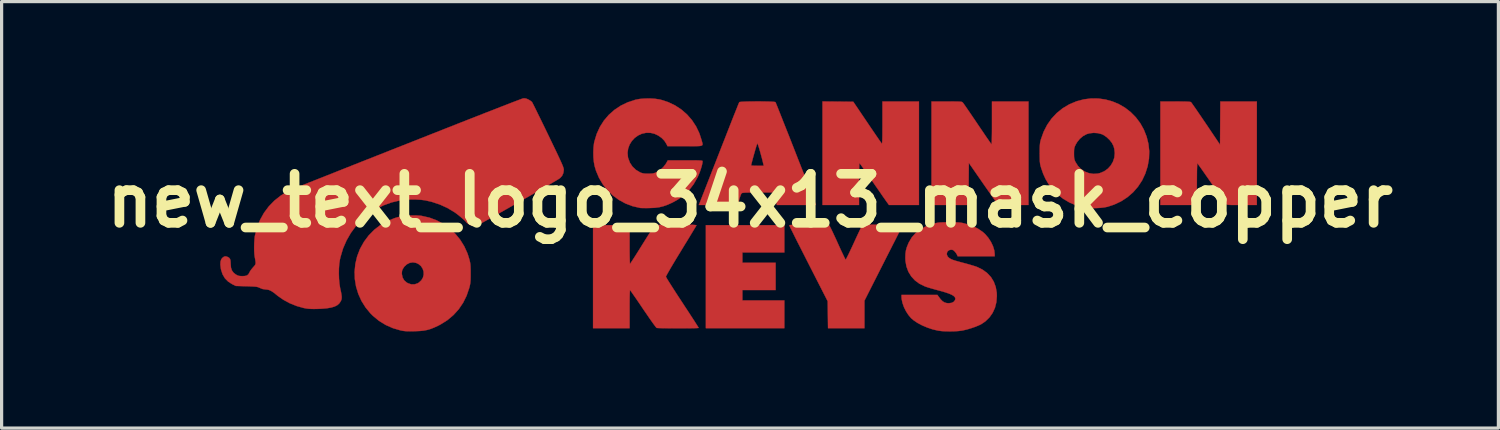
<source format=kicad_pcb>
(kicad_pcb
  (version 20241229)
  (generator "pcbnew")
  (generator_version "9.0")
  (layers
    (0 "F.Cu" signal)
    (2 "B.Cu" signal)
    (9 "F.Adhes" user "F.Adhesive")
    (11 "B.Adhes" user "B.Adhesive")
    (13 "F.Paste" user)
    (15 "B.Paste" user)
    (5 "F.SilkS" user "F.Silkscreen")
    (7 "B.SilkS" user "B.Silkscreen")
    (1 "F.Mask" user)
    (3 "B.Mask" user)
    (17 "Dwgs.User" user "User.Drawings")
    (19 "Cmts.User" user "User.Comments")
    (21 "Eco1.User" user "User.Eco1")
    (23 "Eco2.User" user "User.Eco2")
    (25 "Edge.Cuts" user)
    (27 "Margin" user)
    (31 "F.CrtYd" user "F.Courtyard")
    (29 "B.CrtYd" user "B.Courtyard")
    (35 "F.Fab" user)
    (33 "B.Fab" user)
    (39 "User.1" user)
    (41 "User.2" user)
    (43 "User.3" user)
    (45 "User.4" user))
  (footprint "new_text_logo_34x13_mask_copper"
    (layer "F.Cu")
    (at 20.255 3.185)
    (property "Reference" "new_text_logo_34x13_mask_copper" (at 0 0 0) (layer "F.SilkS") (effects (font (size 1.524 1.524) (thickness 0.3))))
    (attr through_hole)
    (fp_poly (pts (xy 1.067 1.609) (xy -0.237 1.609) (xy -0.237 1.93) (xy 0.796 1.93) (xy 0.796 2.777) (xy -0.237 2.777) (xy -0.237 3.099) (xy 1.067 3.099) (xy 1.067 3.962) (xy -1.372 3.962) (xy -1.372 0.762) (xy 1.067 0.762) (xy 1.067 1.609)) (stroke (width 0.01) (type solid)) (fill yes) (layer "F.Cu"))
    (fp_poly (pts (xy 2.731 -3.078) (xy 3.209 -3.073) (xy 3.641 -2.434) (xy 3.73 -2.302) (xy 3.814 -2.179) (xy 3.89 -2.067) (xy 3.958 -1.968) (xy 4.014 -1.887) (xy 4.057 -1.826) (xy 4.084 -1.787) (xy 4.094 -1.775) (xy 4.099 -1.775) (xy 4.104 -1.791) (xy 4.107 -1.824) (xy 4.11 -1.877) (xy 4.112 -1.952) (xy 4.114 -2.053) (xy 4.114 -2.181) (xy 4.115 -2.339) (xy 4.115 -2.418) (xy 4.115 -3.082) (xy 5.249 -3.082) (xy 5.249 0.135) (xy 4.318 0.135) (xy 4.246 0.036) (xy 4.22 -0.001) (xy 4.178 -0.061) (xy 4.121 -0.142) (xy 4.054 -0.24) (xy 3.977 -0.351) (xy 3.894 -0.47) (xy 3.807 -0.596) (xy 3.793 -0.616) (xy 3.709 -0.737) (xy 3.631 -0.849) (xy 3.561 -0.949) (xy 3.5 -1.033) (xy 3.452 -1.1) (xy 3.419 -1.145) (xy 3.401 -1.167) (xy 3.399 -1.168) (xy 3.397 -1.152) (xy 3.394 -1.105) (xy 3.392 -1.032) (xy 3.39 -0.936) (xy 3.388 -0.821) (xy 3.387 -0.69) (xy 3.387 -0.548) (xy 3.387 -0.516) (xy 3.387 0.135) (xy 2.252 0.135) (xy 2.252 -3.082) (xy 2.731 -3.078)) (stroke (width 0.01) (type solid)) (fill yes) (layer "F.Cu"))
    (fp_poly (pts (xy 13.362 -3.081) (xy 13.48 -3.08) (xy 13.57 -3.078) (xy 13.635 -3.074) (xy 13.677 -3.069) (xy 13.699 -3.063) (xy 13.702 -3.061) (xy 13.717 -3.043) (xy 13.748 -2.999) (xy 13.794 -2.934) (xy 13.853 -2.849) (xy 13.923 -2.747) (xy 14.002 -2.632) (xy 14.088 -2.505) (xy 14.167 -2.389) (xy 14.605 -1.738) (xy 14.614 -3.082) (xy 15.748 -3.082) (xy 15.748 0.135) (xy 15.285 0.135) (xy 15.148 0.135) (xy 15.041 0.135) (xy 14.959 0.134) (xy 14.9 0.132) (xy 14.858 0.129) (xy 14.83 0.124) (xy 14.811 0.117) (xy 14.799 0.108) (xy 14.788 0.097) (xy 14.771 0.076) (xy 14.738 0.029) (xy 14.689 -0.039) (xy 14.628 -0.126) (xy 14.556 -0.228) (xy 14.476 -0.343) (xy 14.389 -0.468) (xy 14.335 -0.546) (xy 14.247 -0.673) (xy 14.164 -0.792) (xy 14.089 -0.899) (xy 14.024 -0.992) (xy 13.97 -1.067) (xy 13.93 -1.122) (xy 13.907 -1.154) (xy 13.901 -1.161) (xy 13.897 -1.147) (xy 13.894 -1.102) (xy 13.891 -1.028) (xy 13.888 -0.929) (xy 13.887 -0.807) (xy 13.886 -0.665) (xy 13.885 -0.517) (xy 13.885 0.135) (xy 12.751 0.135) (xy 12.751 -3.082) (xy 13.213 -3.082) (xy 13.362 -3.081)) (stroke (width 0.01) (type solid)) (fill yes) (layer "F.Cu"))
    (fp_poly (pts (xy 6.248 -3.082) (xy 6.357 -3.081) (xy 6.44 -3.08) (xy 6.501 -3.078) (xy 6.543 -3.075) (xy 6.572 -3.071) (xy 6.591 -3.064) (xy 6.604 -3.056) (xy 6.615 -3.044) (xy 6.615 -3.044) (xy 6.632 -3.022) (xy 6.665 -2.975) (xy 6.713 -2.906) (xy 6.773 -2.819) (xy 6.844 -2.715) (xy 6.923 -2.599) (xy 7.009 -2.473) (xy 7.069 -2.383) (xy 7.157 -2.253) (xy 7.239 -2.133) (xy 7.313 -2.023) (xy 7.378 -1.928) (xy 7.432 -1.851) (xy 7.472 -1.794) (xy 7.496 -1.76) (xy 7.503 -1.751) (xy 7.507 -1.766) (xy 7.51 -1.811) (xy 7.513 -1.884) (xy 7.515 -1.981) (xy 7.517 -2.101) (xy 7.518 -2.239) (xy 7.518 -2.393) (xy 7.518 -2.412) (xy 7.518 -3.082) (xy 8.653 -3.082) (xy 8.653 0.135) (xy 8.188 0.135) (xy 8.047 0.135) (xy 7.936 0.134) (xy 7.851 0.133) (xy 7.789 0.13) (xy 7.746 0.126) (xy 7.719 0.12) (xy 7.703 0.113) (xy 7.699 0.11) (xy 7.684 0.092) (xy 7.652 0.048) (xy 7.605 -0.018) (xy 7.545 -0.103) (xy 7.474 -0.204) (xy 7.394 -0.318) (xy 7.307 -0.442) (xy 7.236 -0.544) (xy 6.799 -1.174) (xy 6.794 -0.519) (xy 6.79 0.135) (xy 5.639 0.135) (xy 5.639 -3.082) (xy 6.11 -3.082) (xy 6.248 -3.082)) (stroke (width 0.01) (type solid)) (fill yes) (layer "F.Cu"))
    (fp_poly (pts (xy 1.913 0.744) (xy 2.036 0.745) (xy 2.151 0.747) (xy 2.255 0.75) (xy 2.342 0.753) (xy 2.408 0.758) (xy 2.449 0.763) (xy 2.46 0.766) (xy 2.473 0.786) (xy 2.498 0.834) (xy 2.533 0.904) (xy 2.577 0.995) (xy 2.626 1.101) (xy 2.681 1.219) (xy 2.721 1.309) (xy 2.777 1.432) (xy 2.829 1.546) (xy 2.876 1.645) (xy 2.915 1.727) (xy 2.945 1.787) (xy 2.965 1.823) (xy 2.972 1.832) (xy 2.983 1.817) (xy 3.006 1.775) (xy 3.039 1.71) (xy 3.081 1.624) (xy 3.13 1.521) (xy 3.184 1.406) (xy 3.228 1.31) (xy 3.285 1.186) (xy 3.339 1.07) (xy 3.387 0.968) (xy 3.427 0.883) (xy 3.459 0.818) (xy 3.48 0.778) (xy 3.487 0.766) (xy 3.5 0.76) (xy 3.531 0.756) (xy 3.58 0.752) (xy 3.652 0.749) (xy 3.748 0.747) (xy 3.871 0.746) (xy 4.025 0.745) (xy 4.125 0.745) (xy 4.286 0.745) (xy 4.416 0.745) (xy 4.519 0.746) (xy 4.598 0.748) (xy 4.655 0.75) (xy 4.694 0.752) (xy 4.718 0.756) (xy 4.731 0.762) (xy 4.735 0.768) (xy 4.734 0.775) (xy 4.724 0.797) (xy 4.701 0.845) (xy 4.666 0.916) (xy 4.62 1.008) (xy 4.565 1.117) (xy 4.504 1.239) (xy 4.436 1.371) (xy 4.401 1.44) (xy 4.318 1.603) (xy 4.228 1.78) (xy 4.135 1.964) (xy 4.042 2.147) (xy 3.954 2.321) (xy 3.874 2.479) (xy 3.817 2.591) (xy 3.556 3.107) (xy 3.556 3.962) (xy 2.424 3.962) (xy 2.413 3.124) (xy 1.816 1.955) (xy 1.722 1.769) (xy 1.632 1.592) (xy 1.548 1.426) (xy 1.47 1.274) (xy 1.401 1.136) (xy 1.342 1.017) (xy 1.293 0.918) (xy 1.255 0.842) (xy 1.23 0.79) (xy 1.22 0.766) (xy 1.219 0.765) (xy 1.235 0.759) (xy 1.281 0.755) (xy 1.351 0.751) (xy 1.441 0.748) (xy 1.547 0.745) (xy 1.664 0.744) (xy 1.788 0.743) (xy 1.913 0.744)) (stroke (width 0.01) (type solid)) (fill yes) (layer "F.Cu"))
    (fp_poly (pts (xy -10.239 0.468) (xy -10.198 0.474) (xy -9.96 0.528) (xy -9.734 0.613) (xy -9.524 0.726) (xy -9.331 0.865) (xy -9.158 1.028) (xy -9.007 1.213) (xy -8.88 1.417) (xy -8.779 1.639) (xy -8.725 1.81) (xy -8.708 1.875) (xy -8.696 1.933) (xy -8.688 1.992) (xy -8.684 2.059) (xy -8.681 2.144) (xy -8.681 2.253) (xy -8.681 2.261) (xy -8.681 2.372) (xy -8.683 2.457) (xy -8.688 2.526) (xy -8.695 2.585) (xy -8.707 2.642) (xy -8.723 2.707) (xy -8.725 2.713) (xy -8.806 2.952) (xy -8.915 3.172) (xy -9.051 3.373) (xy -9.214 3.553) (xy -9.401 3.711) (xy -9.612 3.844) (xy -9.694 3.887) (xy -9.818 3.944) (xy -9.927 3.987) (xy -10.032 4.017) (xy -10.141 4.038) (xy -10.264 4.05) (xy -10.41 4.056) (xy -10.431 4.057) (xy -10.548 4.059) (xy -10.639 4.058) (xy -10.713 4.054) (xy -10.778 4.046) (xy -10.843 4.034) (xy -10.854 4.032) (xy -11.094 3.962) (xy -11.319 3.863) (xy -11.527 3.736) (xy -11.715 3.581) (xy -11.791 3.506) (xy -11.947 3.317) (xy -12.074 3.113) (xy -12.172 2.896) (xy -12.241 2.67) (xy -12.279 2.437) (xy -12.285 2.241) (xy -10.819 2.241) (xy -10.817 2.288) (xy -10.795 2.391) (xy -10.745 2.477) (xy -10.666 2.545) (xy -10.628 2.566) (xy -10.527 2.6) (xy -10.426 2.601) (xy -10.329 2.569) (xy -10.288 2.544) (xy -10.211 2.472) (xy -10.162 2.388) (xy -10.14 2.296) (xy -10.143 2.202) (xy -10.172 2.113) (xy -10.224 2.033) (xy -10.3 1.969) (xy -10.378 1.933) (xy -10.476 1.917) (xy -10.572 1.932) (xy -10.661 1.976) (xy -10.738 2.045) (xy -10.789 2.122) (xy -10.812 2.179) (xy -10.819 2.241) (xy -12.285 2.241) (xy -12.286 2.201) (xy -12.263 1.965) (xy -12.208 1.732) (xy -12.121 1.505) (xy -12.115 1.493) (xy -11.995 1.277) (xy -11.849 1.081) (xy -11.679 0.908) (xy -11.489 0.76) (xy -11.279 0.639) (xy -11.053 0.546) (xy -10.956 0.516) (xy -10.829 0.489) (xy -10.682 0.47) (xy -10.526 0.46) (xy -10.375 0.459) (xy -10.239 0.468)) (stroke (width 0.01) (type solid)) (fill yes) (layer "F.Cu"))
    (fp_poly (pts (xy 10.823 -3.174) (xy 11.044 -3.143) (xy 11.258 -3.084) (xy 11.462 -2.999) (xy 11.654 -2.887) (xy 11.83 -2.75) (xy 11.989 -2.589) (xy 12.127 -2.405) (xy 12.236 -2.21) (xy 12.324 -1.989) (xy 12.38 -1.763) (xy 12.405 -1.535) (xy 12.397 -1.309) (xy 12.397 -1.308) (xy 12.355 -1.067) (xy 12.282 -0.839) (xy 12.182 -0.627) (xy 12.054 -0.433) (xy 11.902 -0.259) (xy 11.726 -0.107) (xy 11.529 0.021) (xy 11.312 0.123) (xy 11.111 0.189) (xy 11.012 0.209) (xy 10.89 0.223) (xy 10.755 0.231) (xy 10.619 0.232) (xy 10.492 0.226) (xy 10.385 0.213) (xy 10.378 0.212) (xy 10.15 0.152) (xy 9.933 0.061) (xy 9.731 -0.058) (xy 9.547 -0.204) (xy 9.384 -0.373) (xy 9.274 -0.521) (xy 9.183 -0.673) (xy 9.109 -0.836) (xy 9.048 -1.011) (xy 9.031 -1.068) (xy 9.019 -1.117) (xy 9.011 -1.167) (xy 9.005 -1.224) (xy 9.003 -1.296) (xy 9.001 -1.39) (xy 9.001 -1.465) (xy 9.001 -1.465) (xy 10.067 -1.465) (xy 10.068 -1.383) (xy 10.072 -1.324) (xy 10.082 -1.277) (xy 10.098 -1.233) (xy 10.113 -1.201) (xy 10.191 -1.078) (xy 10.29 -0.978) (xy 10.407 -0.902) (xy 10.535 -0.853) (xy 10.672 -0.832) (xy 10.811 -0.842) (xy 10.872 -0.857) (xy 11.004 -0.912) (xy 11.117 -0.992) (xy 11.209 -1.093) (xy 11.277 -1.209) (xy 11.32 -1.338) (xy 11.334 -1.475) (xy 11.319 -1.614) (xy 11.293 -1.702) (xy 11.244 -1.797) (xy 11.17 -1.89) (xy 11.081 -1.974) (xy 10.985 -2.04) (xy 10.93 -2.066) (xy 10.809 -2.098) (xy 10.677 -2.107) (xy 10.548 -2.093) (xy 10.461 -2.068) (xy 10.35 -2.008) (xy 10.248 -1.922) (xy 10.163 -1.817) (xy 10.122 -1.747) (xy 10.096 -1.692) (xy 10.08 -1.647) (xy 10.071 -1.6) (xy 10.068 -1.541) (xy 10.067 -1.465) (xy 9.001 -1.465) (xy 9.001 -1.579) (xy 9.003 -1.667) (xy 9.007 -1.735) (xy 9.013 -1.791) (xy 9.022 -1.841) (xy 9.036 -1.893) (xy 9.039 -1.903) (xy 9.123 -2.14) (xy 9.234 -2.356) (xy 9.37 -2.55) (xy 9.53 -2.721) (xy 9.713 -2.869) (xy 9.919 -2.992) (xy 9.931 -2.998) (xy 10.15 -3.089) (xy 10.374 -3.148) (xy 10.599 -3.176) (xy 10.823 -3.174)) (stroke (width 0.01) (type solid)) (fill yes) (layer "F.Cu"))
    (fp_poly (pts (xy 0.368 -3.083) (xy 0.482 -3.081) (xy 0.585 -3.079) (xy 0.673 -3.075) (xy 0.74 -3.071) (xy 0.781 -3.065) (xy 0.792 -3.061) (xy 0.799 -3.043) (xy 0.818 -2.997) (xy 0.848 -2.924) (xy 0.886 -2.828) (xy 0.933 -2.71) (xy 0.987 -2.574) (xy 1.047 -2.421) (xy 1.113 -2.255) (xy 1.183 -2.079) (xy 1.256 -1.894) (xy 1.331 -1.703) (xy 1.407 -1.509) (xy 1.483 -1.314) (xy 1.559 -1.122) (xy 1.633 -0.934) (xy 1.703 -0.753) (xy 1.77 -0.583) (xy 1.832 -0.424) (xy 1.888 -0.28) (xy 1.937 -0.154) (xy 1.978 -0.048) (xy 2.01 0.035) (xy 2.031 0.089) (xy 2.048 0.135) (xy 0.835 0.135) (xy 0.806 0.03) (xy 0.785 -0.045) (xy 0.764 -0.122) (xy 0.751 -0.165) (xy 0.726 -0.254) (xy 0.246 -0.254) (xy 0.102 -0.254) (xy -0.012 -0.253) (xy -0.098 -0.251) (xy -0.163 -0.249) (xy -0.207 -0.245) (xy -0.237 -0.24) (xy -0.254 -0.233) (xy -0.26 -0.229) (xy -0.275 -0.207) (xy -0.291 -0.171) (xy -0.311 -0.114) (xy -0.335 -0.032) (xy -0.358 0.055) (xy -0.38 0.135) (xy -1.592 0.135) (xy -1.569 0.08) (xy -1.56 0.057) (xy -1.539 0.004) (xy -1.508 -0.075) (xy -1.467 -0.18) (xy -1.417 -0.307) (xy -1.36 -0.454) (xy -1.295 -0.62) (xy -1.224 -0.801) (xy -1.148 -0.996) (xy -1.108 -1.096) (xy 0.035 -1.096) (xy 0.05 -1.091) (xy 0.093 -1.087) (xy 0.156 -1.085) (xy 0.23 -1.084) (xy 0.426 -1.084) (xy 0.416 -1.13) (xy 0.397 -1.209) (xy 0.375 -1.3) (xy 0.349 -1.395) (xy 0.323 -1.491) (xy 0.297 -1.582) (xy 0.273 -1.662) (xy 0.252 -1.725) (xy 0.237 -1.766) (xy 0.229 -1.781) (xy 0.229 -1.781) (xy 0.221 -1.764) (xy 0.206 -1.721) (xy 0.186 -1.657) (xy 0.162 -1.577) (xy 0.137 -1.488) (xy 0.111 -1.397) (xy 0.086 -1.307) (xy 0.065 -1.226) (xy 0.048 -1.16) (xy 0.037 -1.113) (xy 0.035 -1.096) (xy -1.108 -1.096) (xy -1.067 -1.202) (xy -0.983 -1.418) (xy -0.948 -1.507) (xy -0.863 -1.725) (xy -0.781 -1.933) (xy -0.704 -2.131) (xy -0.631 -2.316) (xy -0.565 -2.485) (xy -0.505 -2.637) (xy -0.452 -2.769) (xy -0.408 -2.879) (xy -0.374 -2.965) (xy -0.349 -3.025) (xy -0.336 -3.056) (xy -0.334 -3.061) (xy -0.312 -3.067) (xy -0.262 -3.072) (xy -0.188 -3.076) (xy -0.095 -3.08) (xy 0.012 -3.082) (xy 0.128 -3.083) (xy 0.249 -3.084) (xy 0.368 -3.083)) (stroke (width 0.01) (type solid)) (fill yes) (layer "F.Cu"))
    (fp_poly (pts (xy -2.099 0.743) (xy -1.983 0.745) (xy -1.878 0.747) (xy -1.789 0.751) (xy -1.721 0.755) (xy -1.678 0.761) (xy -1.664 0.767) (xy -1.675 0.786) (xy -1.701 0.83) (xy -1.742 0.898) (xy -1.795 0.986) (xy -1.859 1.092) (xy -1.933 1.214) (xy -2.015 1.347) (xy -2.103 1.491) (xy -2.144 1.559) (xy -2.234 1.706) (xy -2.318 1.845) (xy -2.395 1.974) (xy -2.463 2.088) (xy -2.52 2.187) (xy -2.565 2.266) (xy -2.596 2.324) (xy -2.612 2.356) (xy -2.614 2.362) (xy -2.604 2.382) (xy -2.578 2.428) (xy -2.536 2.497) (xy -2.48 2.585) (xy -2.413 2.691) (xy -2.335 2.812) (xy -2.249 2.945) (xy -2.156 3.087) (xy -2.1 3.172) (xy -2.005 3.318) (xy -1.915 3.454) (xy -1.833 3.58) (xy -1.761 3.691) (xy -1.699 3.787) (xy -1.651 3.863) (xy -1.616 3.918) (xy -1.598 3.949) (xy -1.595 3.954) (xy -1.614 3.957) (xy -1.663 3.96) (xy -1.737 3.962) (xy -1.83 3.964) (xy -1.94 3.965) (xy -2.06 3.966) (xy -2.188 3.966) (xy -2.317 3.966) (xy -2.444 3.965) (xy -2.565 3.964) (xy -2.673 3.963) (xy -2.766 3.961) (xy -2.838 3.959) (xy -2.885 3.956) (xy -2.902 3.954) (xy -2.919 3.936) (xy -2.952 3.894) (xy -3 3.829) (xy -3.06 3.745) (xy -3.13 3.646) (xy -3.207 3.533) (xy -3.291 3.411) (xy -3.327 3.358) (xy -3.411 3.233) (xy -3.49 3.117) (xy -3.561 3.014) (xy -3.622 2.926) (xy -3.671 2.855) (xy -3.707 2.806) (xy -3.726 2.781) (xy -3.73 2.778) (xy -3.733 2.794) (xy -3.735 2.84) (xy -3.738 2.912) (xy -3.74 3.007) (xy -3.741 3.121) (xy -3.742 3.249) (xy -3.742 3.37) (xy -3.742 3.962) (xy -4.877 3.962) (xy -4.877 0.762) (xy -3.742 0.762) (xy -3.742 1.363) (xy -3.742 1.502) (xy -3.741 1.63) (xy -3.739 1.742) (xy -3.737 1.835) (xy -3.735 1.906) (xy -3.732 1.95) (xy -3.73 1.964) (xy -3.718 1.95) (xy -3.691 1.91) (xy -3.65 1.848) (xy -3.597 1.766) (xy -3.534 1.667) (xy -3.463 1.554) (xy -3.386 1.431) (xy -3.354 1.379) (xy -3.274 1.251) (xy -3.199 1.131) (xy -3.13 1.023) (xy -3.069 0.931) (xy -3.02 0.856) (xy -2.983 0.802) (xy -2.961 0.773) (xy -2.957 0.769) (xy -2.931 0.763) (xy -2.878 0.757) (xy -2.802 0.753) (xy -2.707 0.749) (xy -2.597 0.746) (xy -2.477 0.744) (xy -2.351 0.743) (xy -2.224 0.742) (xy -2.099 0.743)) (stroke (width 0.01) (type solid)) (fill yes) (layer "F.Cu"))
    (fp_poly (pts (xy -2.961 -3.167) (xy -2.818 -3.146) (xy -2.772 -3.136) (xy -2.543 -3.062) (xy -2.329 -2.96) (xy -2.133 -2.831) (xy -1.957 -2.678) (xy -1.804 -2.502) (xy -1.676 -2.307) (xy -1.574 -2.094) (xy -1.506 -1.884) (xy -1.492 -1.832) (xy -1.48 -1.79) (xy -1.474 -1.757) (xy -1.478 -1.733) (xy -1.493 -1.716) (xy -1.524 -1.704) (xy -1.573 -1.697) (xy -1.643 -1.694) (xy -1.737 -1.693) (xy -1.86 -1.693) (xy -2.013 -1.694) (xy -2.019 -1.694) (xy -2.565 -1.694) (xy -2.596 -1.76) (xy -2.659 -1.86) (xy -2.748 -1.951) (xy -2.856 -2.026) (xy -2.974 -2.08) (xy -3.088 -2.107) (xy -3.227 -2.109) (xy -3.358 -2.081) (xy -3.478 -2.026) (xy -3.584 -1.949) (xy -3.673 -1.853) (xy -3.742 -1.742) (xy -3.787 -1.619) (xy -3.805 -1.487) (xy -3.793 -1.351) (xy -3.786 -1.321) (xy -3.733 -1.181) (xy -3.653 -1.059) (xy -3.547 -0.958) (xy -3.423 -0.883) (xy -3.37 -0.861) (xy -3.321 -0.848) (xy -3.264 -0.841) (xy -3.188 -0.839) (xy -3.167 -0.839) (xy -3.085 -0.84) (xy -3.025 -0.845) (xy -2.976 -0.856) (xy -2.927 -0.875) (xy -2.91 -0.883) (xy -2.795 -0.953) (xy -2.693 -1.045) (xy -2.612 -1.15) (xy -2.604 -1.164) (xy -2.554 -1.253) (xy -2.013 -1.253) (xy -1.864 -1.253) (xy -1.744 -1.253) (xy -1.652 -1.252) (xy -1.583 -1.25) (xy -1.535 -1.247) (xy -1.503 -1.244) (xy -1.484 -1.239) (xy -1.476 -1.232) (xy -1.473 -1.224) (xy -1.473 -1.223) (xy -1.481 -1.161) (xy -1.5 -1.076) (xy -1.53 -0.977) (xy -1.567 -0.873) (xy -1.609 -0.773) (xy -1.633 -0.72) (xy -1.753 -0.511) (xy -1.893 -0.328) (xy -2.056 -0.169) (xy -2.244 -0.034) (xy -2.413 0.06) (xy -2.558 0.125) (xy -2.689 0.172) (xy -2.819 0.204) (xy -2.96 0.222) (xy -3.121 0.229) (xy -3.124 0.229) (xy -3.215 0.231) (xy -3.297 0.23) (xy -3.364 0.229) (xy -3.406 0.227) (xy -3.412 0.226) (xy -3.647 0.172) (xy -3.869 0.088) (xy -4.074 -0.023) (xy -4.261 -0.161) (xy -4.428 -0.322) (xy -4.572 -0.505) (xy -4.692 -0.708) (xy -4.785 -0.928) (xy -4.83 -1.079) (xy -4.852 -1.203) (xy -4.866 -1.347) (xy -4.869 -1.501) (xy -4.863 -1.651) (xy -4.847 -1.785) (xy -4.836 -1.837) (xy -4.765 -2.072) (xy -4.666 -2.289) (xy -4.54 -2.488) (xy -4.389 -2.665) (xy -4.214 -2.82) (xy -4.018 -2.951) (xy -3.801 -3.056) (xy -3.565 -3.134) (xy -3.562 -3.135) (xy -3.431 -3.16) (xy -3.279 -3.173) (xy -3.118 -3.176) (xy -2.961 -3.167)) (stroke (width 0.01) (type solid)) (fill yes) (layer "F.Cu"))
    (fp_poly (pts (xy 6.315 0.672) (xy 6.407 0.674) (xy 6.478 0.677) (xy 6.537 0.683) (xy 6.591 0.691) (xy 6.647 0.704) (xy 6.697 0.717) (xy 6.904 0.784) (xy 7.084 0.871) (xy 7.236 0.976) (xy 7.306 1.039) (xy 7.405 1.155) (xy 7.488 1.284) (xy 7.551 1.417) (xy 7.591 1.549) (xy 7.603 1.663) (xy 7.603 1.727) (xy 6.451 1.727) (xy 6.435 1.687) (xy 6.415 1.649) (xy 6.381 1.603) (xy 6.366 1.585) (xy 6.326 1.545) (xy 6.288 1.528) (xy 6.248 1.524) (xy 6.186 1.538) (xy 6.141 1.574) (xy 6.117 1.625) (xy 6.117 1.682) (xy 6.144 1.738) (xy 6.16 1.755) (xy 6.189 1.781) (xy 6.221 1.802) (xy 6.259 1.822) (xy 6.309 1.842) (xy 6.375 1.864) (xy 6.463 1.889) (xy 6.577 1.92) (xy 6.623 1.932) (xy 6.732 1.961) (xy 6.837 1.991) (xy 6.931 2.019) (xy 7.007 2.043) (xy 7.055 2.06) (xy 7.226 2.144) (xy 7.369 2.249) (xy 7.486 2.374) (xy 7.574 2.517) (xy 7.634 2.679) (xy 7.666 2.857) (xy 7.67 2.963) (xy 7.655 3.153) (xy 7.611 3.328) (xy 7.538 3.488) (xy 7.438 3.629) (xy 7.313 3.751) (xy 7.198 3.829) (xy 7.11 3.874) (xy 6.998 3.92) (xy 6.872 3.963) (xy 6.742 4.002) (xy 6.618 4.031) (xy 6.58 4.038) (xy 6.477 4.051) (xy 6.352 4.059) (xy 6.217 4.062) (xy 6.082 4.06) (xy 5.959 4.053) (xy 5.856 4.04) (xy 5.848 4.039) (xy 5.679 4) (xy 5.511 3.944) (xy 5.35 3.876) (xy 5.203 3.798) (xy 5.078 3.713) (xy 5.005 3.65) (xy 4.922 3.552) (xy 4.847 3.436) (xy 4.784 3.309) (xy 4.738 3.18) (xy 4.712 3.058) (xy 4.707 2.994) (xy 4.707 2.929) (xy 5.823 2.929) (xy 5.854 2.973) (xy 5.922 3.063) (xy 5.984 3.126) (xy 6.046 3.164) (xy 6.114 3.183) (xy 6.176 3.187) (xy 6.267 3.175) (xy 6.332 3.141) (xy 6.37 3.089) (xy 6.381 3.045) (xy 6.369 3.004) (xy 6.333 2.965) (xy 6.272 2.926) (xy 6.183 2.887) (xy 6.065 2.847) (xy 5.915 2.804) (xy 5.855 2.788) (xy 5.748 2.759) (xy 5.642 2.729) (xy 5.546 2.701) (xy 5.469 2.676) (xy 5.429 2.661) (xy 5.264 2.581) (xy 5.124 2.477) (xy 5.009 2.352) (xy 4.921 2.208) (xy 4.861 2.047) (xy 4.83 1.87) (xy 4.826 1.775) (xy 4.83 1.652) (xy 4.845 1.546) (xy 4.873 1.445) (xy 4.917 1.336) (xy 4.937 1.292) (xy 5.029 1.138) (xy 5.146 1.006) (xy 5.289 0.893) (xy 5.458 0.801) (xy 5.655 0.729) (xy 5.703 0.715) (xy 5.763 0.7) (xy 5.817 0.688) (xy 5.87 0.681) (xy 5.929 0.676) (xy 6.003 0.673) (xy 6.098 0.672) (xy 6.198 0.672) (xy 6.315 0.672)) (stroke (width 0.01) (type solid)) (fill yes) (layer "F.Cu"))
    (fp_poly (pts (xy -6.945 -3.168) (xy -6.888 -3.143) (xy -6.834 -3.112) (xy -6.79 -3.08) (xy -6.772 -3.061) (xy -6.76 -3.039) (xy -6.735 -2.99) (xy -6.697 -2.915) (xy -6.649 -2.818) (xy -6.592 -2.701) (xy -6.526 -2.567) (xy -6.453 -2.418) (xy -6.375 -2.258) (xy -6.293 -2.088) (xy -6.266 -2.032) (xy -6.169 -1.831) (xy -6.086 -1.658) (xy -6.015 -1.511) (xy -5.957 -1.388) (xy -5.909 -1.285) (xy -5.871 -1.202) (xy -5.841 -1.134) (xy -5.819 -1.081) (xy -5.804 -1.039) (xy -5.794 -1.007) (xy -5.788 -0.982) (xy -5.786 -0.961) (xy -5.786 -0.957) (xy -5.8 -0.859) (xy -5.84 -0.771) (xy -5.903 -0.702) (xy -5.923 -0.688) (xy -5.968 -0.659) (xy -6.038 -0.618) (xy -6.129 -0.564) (xy -6.24 -0.499) (xy -6.367 -0.425) (xy -6.508 -0.344) (xy -6.66 -0.257) (xy -6.82 -0.164) (xy -6.987 -0.069) (xy -7.156 0.028) (xy -7.327 0.125) (xy -7.495 0.221) (xy -7.659 0.314) (xy -7.816 0.403) (xy -7.963 0.486) (xy -8.098 0.562) (xy -8.217 0.628) (xy -8.319 0.685) (xy -8.4 0.73) (xy -8.459 0.761) (xy -8.492 0.778) (xy -8.498 0.78) (xy -8.555 0.787) (xy -8.609 0.784) (xy -8.61 0.784) (xy -8.659 0.769) (xy -8.716 0.743) (xy -8.769 0.712) (xy -8.807 0.682) (xy -8.817 0.67) (xy -8.84 0.642) (xy -8.885 0.599) (xy -8.944 0.547) (xy -9.011 0.49) (xy -9.082 0.433) (xy -9.149 0.382) (xy -9.187 0.356) (xy -9.403 0.227) (xy -9.64 0.119) (xy -9.887 0.037) (xy -10.097 -0.011) (xy -10.228 -0.027) (xy -10.38 -0.036) (xy -10.54 -0.037) (xy -10.696 -0.03) (xy -10.835 -0.015) (xy -10.871 -0.009) (xy -11.14 0.055) (xy -11.395 0.148) (xy -11.634 0.27) (xy -11.857 0.419) (xy -12.061 0.591) (xy -12.243 0.786) (xy -12.403 1.002) (xy -12.538 1.237) (xy -12.647 1.488) (xy -12.726 1.755) (xy -12.745 1.841) (xy -12.764 1.967) (xy -12.774 2.114) (xy -12.776 2.272) (xy -12.771 2.431) (xy -12.758 2.579) (xy -12.738 2.706) (xy -12.736 2.718) (xy -12.711 2.829) (xy -12.696 2.914) (xy -12.688 2.978) (xy -12.688 3.028) (xy -12.695 3.07) (xy -12.71 3.11) (xy -12.717 3.124) (xy -12.761 3.191) (xy -12.823 3.246) (xy -12.906 3.289) (xy -13.013 3.321) (xy -13.147 3.344) (xy -13.309 3.358) (xy -13.428 3.363) (xy -13.543 3.365) (xy -13.632 3.364) (xy -13.705 3.36) (xy -13.77 3.353) (xy -13.836 3.341) (xy -13.868 3.335) (xy -14.086 3.274) (xy -14.298 3.189) (xy -14.496 3.082) (xy -14.674 2.959) (xy -14.71 2.929) (xy -14.801 2.856) (xy -14.878 2.806) (xy -14.946 2.775) (xy -15.011 2.762) (xy -15.045 2.76) (xy -15.147 2.745) (xy -15.223 2.715) (xy -15.257 2.699) (xy -15.289 2.687) (xy -15.325 2.678) (xy -15.37 2.672) (xy -15.431 2.668) (xy -15.513 2.664) (xy -15.622 2.66) (xy -15.647 2.66) (xy -15.977 2.65) (xy -16.09 2.595) (xy -16.215 2.515) (xy -16.315 2.414) (xy -16.388 2.291) (xy -16.436 2.146) (xy -16.443 2.109) (xy -16.458 1.988) (xy -16.453 1.893) (xy -16.429 1.82) (xy -16.393 1.775) (xy -16.339 1.737) (xy -16.287 1.73) (xy -16.226 1.751) (xy -16.222 1.753) (xy -16.182 1.779) (xy -16.157 1.813) (xy -16.143 1.863) (xy -16.138 1.937) (xy -16.137 1.969) (xy -16.128 2.082) (xy -16.098 2.171) (xy -16.045 2.242) (xy -15.978 2.294) (xy -15.928 2.321) (xy -15.883 2.337) (xy -15.828 2.343) (xy -15.773 2.345) (xy -15.689 2.34) (xy -15.631 2.324) (xy -15.589 2.29) (xy -15.556 2.236) (xy -15.551 2.222) (xy -15.528 2.182) (xy -15.489 2.129) (xy -15.443 2.074) (xy -15.441 2.072) (xy -15.405 2.031) (xy -15.38 1.999) (xy -15.366 1.968) (xy -15.362 1.931) (xy -15.367 1.88) (xy -15.378 1.808) (xy -15.392 1.736) (xy -15.401 1.656) (xy -15.407 1.553) (xy -15.408 1.437) (xy -15.405 1.319) (xy -15.398 1.207) (xy -15.388 1.113) (xy -15.383 1.086) (xy -15.319 0.836) (xy -15.225 0.6) (xy -15.103 0.38) (xy -14.954 0.18) (xy -14.779 -0.000493) (xy -14.58 -0.158) (xy -14.444 -0.244) (xy -14.399 -0.267) (xy -14.327 -0.301) (xy -14.232 -0.343) (xy -14.119 -0.391) (xy -13.993 -0.444) (xy -13.857 -0.5) (xy -13.716 -0.556) (xy -13.151 -0.78) (xy -12.607 -0.996) (xy -12.086 -1.203) (xy -11.587 -1.4) (xy -11.112 -1.588) (xy -10.661 -1.766) (xy -10.234 -1.935) (xy -9.831 -2.094) (xy -9.454 -2.243) (xy -9.102 -2.382) (xy -8.776 -2.51) (xy -8.477 -2.627) (xy -8.205 -2.734) (xy -7.96 -2.829) (xy -7.744 -2.914) (xy -7.555 -2.987) (xy -7.396 -3.049) (xy -7.266 -3.098) (xy -7.166 -3.136) (xy -7.096 -3.162) (xy -7.057 -3.176) (xy -7.049 -3.178) (xy -6.996 -3.18) (xy -6.945 -3.168)) (stroke (width 0.01) (type solid)) (fill yes) (layer "F.Cu"))
    (fp_poly (pts (xy 1.067 1.609) (xy -0.237 1.609) (xy -0.237 1.93) (xy 0.796 1.93) (xy 0.796 2.777) (xy -0.237 2.777) (xy -0.237 3.099) (xy 1.067 3.099) (xy 1.067 3.962) (xy -1.372 3.962) (xy -1.372 0.762) (xy 1.067 0.762) (xy 1.067 1.609)) (stroke (width 0.01) (type solid)) (fill yes) (layer "F.Mask"))
    (fp_poly (pts (xy 2.731 -3.078) (xy 3.209 -3.073) (xy 3.641 -2.434) (xy 3.73 -2.302) (xy 3.814 -2.179) (xy 3.89 -2.067) (xy 3.958 -1.968) (xy 4.014 -1.887) (xy 4.057 -1.826) (xy 4.084 -1.787) (xy 4.094 -1.775) (xy 4.099 -1.775) (xy 4.104 -1.791) (xy 4.107 -1.824) (xy 4.11 -1.877) (xy 4.112 -1.952) (xy 4.114 -2.053) (xy 4.114 -2.181) (xy 4.115 -2.339) (xy 4.115 -2.418) (xy 4.115 -3.082) (xy 5.249 -3.082) (xy 5.249 0.135) (xy 4.318 0.135) (xy 4.246 0.036) (xy 4.22 -0.001) (xy 4.178 -0.061) (xy 4.121 -0.142) (xy 4.054 -0.24) (xy 3.977 -0.351) (xy 3.894 -0.47) (xy 3.807 -0.596) (xy 3.793 -0.616) (xy 3.709 -0.737) (xy 3.631 -0.849) (xy 3.561 -0.949) (xy 3.5 -1.033) (xy 3.452 -1.1) (xy 3.419 -1.145) (xy 3.401 -1.167) (xy 3.399 -1.168) (xy 3.397 -1.152) (xy 3.394 -1.105) (xy 3.392 -1.032) (xy 3.39 -0.936) (xy 3.388 -0.821) (xy 3.387 -0.69) (xy 3.387 -0.548) (xy 3.387 -0.516) (xy 3.387 0.135) (xy 2.252 0.135) (xy 2.252 -3.082) (xy 2.731 -3.078)) (stroke (width 0.01) (type solid)) (fill yes) (layer "F.Mask"))
    (fp_poly (pts (xy 13.362 -3.081) (xy 13.48 -3.08) (xy 13.57 -3.078) (xy 13.635 -3.074) (xy 13.677 -3.069) (xy 13.699 -3.063) (xy 13.702 -3.061) (xy 13.717 -3.043) (xy 13.748 -2.999) (xy 13.794 -2.934) (xy 13.853 -2.849) (xy 13.923 -2.747) (xy 14.002 -2.632) (xy 14.088 -2.505) (xy 14.167 -2.389) (xy 14.605 -1.738) (xy 14.614 -3.082) (xy 15.748 -3.082) (xy 15.748 0.135) (xy 15.285 0.135) (xy 15.148 0.135) (xy 15.041 0.135) (xy 14.959 0.134) (xy 14.9 0.132) (xy 14.858 0.129) (xy 14.83 0.124) (xy 14.811 0.117) (xy 14.799 0.108) (xy 14.788 0.097) (xy 14.771 0.076) (xy 14.738 0.029) (xy 14.689 -0.039) (xy 14.628 -0.126) (xy 14.556 -0.228) (xy 14.476 -0.343) (xy 14.389 -0.468) (xy 14.335 -0.546) (xy 14.247 -0.673) (xy 14.164 -0.792) (xy 14.089 -0.899) (xy 14.024 -0.992) (xy 13.97 -1.067) (xy 13.93 -1.122) (xy 13.907 -1.154) (xy 13.901 -1.161) (xy 13.897 -1.147) (xy 13.894 -1.102) (xy 13.891 -1.028) (xy 13.888 -0.929) (xy 13.887 -0.807) (xy 13.886 -0.665) (xy 13.885 -0.517) (xy 13.885 0.135) (xy 12.751 0.135) (xy 12.751 -3.082) (xy 13.213 -3.082) (xy 13.362 -3.081)) (stroke (width 0.01) (type solid)) (fill yes) (layer "F.Mask"))
    (fp_poly (pts (xy 6.248 -3.082) (xy 6.357 -3.081) (xy 6.44 -3.08) (xy 6.501 -3.078) (xy 6.543 -3.075) (xy 6.572 -3.071) (xy 6.591 -3.064) (xy 6.604 -3.056) (xy 6.615 -3.044) (xy 6.615 -3.044) (xy 6.632 -3.022) (xy 6.665 -2.975) (xy 6.713 -2.906) (xy 6.773 -2.819) (xy 6.844 -2.715) (xy 6.923 -2.599) (xy 7.009 -2.473) (xy 7.069 -2.383) (xy 7.157 -2.253) (xy 7.239 -2.133) (xy 7.313 -2.023) (xy 7.378 -1.928) (xy 7.432 -1.851) (xy 7.472 -1.794) (xy 7.496 -1.76) (xy 7.503 -1.751) (xy 7.507 -1.766) (xy 7.51 -1.811) (xy 7.513 -1.884) (xy 7.515 -1.981) (xy 7.517 -2.101) (xy 7.518 -2.239) (xy 7.518 -2.393) (xy 7.518 -2.412) (xy 7.518 -3.082) (xy 8.653 -3.082) (xy 8.653 0.135) (xy 8.188 0.135) (xy 8.047 0.135) (xy 7.936 0.134) (xy 7.851 0.133) (xy 7.789 0.13) (xy 7.746 0.126) (xy 7.719 0.12) (xy 7.703 0.113) (xy 7.699 0.11) (xy 7.684 0.092) (xy 7.652 0.048) (xy 7.605 -0.018) (xy 7.545 -0.103) (xy 7.474 -0.204) (xy 7.394 -0.318) (xy 7.307 -0.442) (xy 7.236 -0.544) (xy 6.799 -1.174) (xy 6.794 -0.519) (xy 6.79 0.135) (xy 5.639 0.135) (xy 5.639 -3.082) (xy 6.11 -3.082) (xy 6.248 -3.082)) (stroke (width 0.01) (type solid)) (fill yes) (layer "F.Mask"))
    (fp_poly (pts (xy 1.913 0.744) (xy 2.036 0.745) (xy 2.151 0.747) (xy 2.255 0.75) (xy 2.342 0.753) (xy 2.408 0.758) (xy 2.449 0.763) (xy 2.46 0.766) (xy 2.473 0.786) (xy 2.498 0.834) (xy 2.533 0.904) (xy 2.577 0.995) (xy 2.626 1.101) (xy 2.681 1.219) (xy 2.721 1.309) (xy 2.777 1.432) (xy 2.829 1.546) (xy 2.876 1.645) (xy 2.915 1.727) (xy 2.945 1.787) (xy 2.965 1.823) (xy 2.972 1.832) (xy 2.983 1.817) (xy 3.006 1.775) (xy 3.039 1.71) (xy 3.081 1.624) (xy 3.13 1.521) (xy 3.184 1.406) (xy 3.228 1.31) (xy 3.285 1.186) (xy 3.339 1.07) (xy 3.387 0.968) (xy 3.427 0.883) (xy 3.459 0.818) (xy 3.48 0.778) (xy 3.487 0.766) (xy 3.5 0.76) (xy 3.531 0.756) (xy 3.58 0.752) (xy 3.652 0.749) (xy 3.748 0.747) (xy 3.871 0.746) (xy 4.025 0.745) (xy 4.125 0.745) (xy 4.286 0.745) (xy 4.416 0.745) (xy 4.519 0.746) (xy 4.598 0.748) (xy 4.655 0.75) (xy 4.694 0.752) (xy 4.718 0.756) (xy 4.731 0.762) (xy 4.735 0.768) (xy 4.734 0.775) (xy 4.724 0.797) (xy 4.701 0.845) (xy 4.666 0.916) (xy 4.62 1.008) (xy 4.565 1.117) (xy 4.504 1.239) (xy 4.436 1.371) (xy 4.401 1.44) (xy 4.318 1.603) (xy 4.228 1.78) (xy 4.135 1.964) (xy 4.042 2.147) (xy 3.954 2.321) (xy 3.874 2.479) (xy 3.817 2.591) (xy 3.556 3.107) (xy 3.556 3.962) (xy 2.424 3.962) (xy 2.413 3.124) (xy 1.816 1.955) (xy 1.722 1.769) (xy 1.632 1.592) (xy 1.548 1.426) (xy 1.47 1.274) (xy 1.401 1.136) (xy 1.342 1.017) (xy 1.293 0.918) (xy 1.255 0.842) (xy 1.23 0.79) (xy 1.22 0.766) (xy 1.219 0.765) (xy 1.235 0.759) (xy 1.281 0.755) (xy 1.351 0.751) (xy 1.441 0.748) (xy 1.547 0.745) (xy 1.664 0.744) (xy 1.788 0.743) (xy 1.913 0.744)) (stroke (width 0.01) (type solid)) (fill yes) (layer "F.Mask"))
    (fp_poly (pts (xy -10.239 0.468) (xy -10.198 0.474) (xy -9.96 0.528) (xy -9.734 0.613) (xy -9.524 0.726) (xy -9.331 0.865) (xy -9.158 1.028) (xy -9.007 1.213) (xy -8.88 1.417) (xy -8.779 1.639) (xy -8.725 1.81) (xy -8.708 1.875) (xy -8.696 1.933) (xy -8.688 1.992) (xy -8.684 2.059) (xy -8.681 2.144) (xy -8.681 2.253) (xy -8.681 2.261) (xy -8.681 2.372) (xy -8.683 2.457) (xy -8.688 2.526) (xy -8.695 2.585) (xy -8.707 2.642) (xy -8.723 2.707) (xy -8.725 2.713) (xy -8.806 2.952) (xy -8.915 3.172) (xy -9.051 3.373) (xy -9.214 3.553) (xy -9.401 3.711) (xy -9.612 3.844) (xy -9.694 3.887) (xy -9.818 3.944) (xy -9.927 3.987) (xy -10.032 4.017) (xy -10.141 4.038) (xy -10.264 4.05) (xy -10.41 4.056) (xy -10.431 4.057) (xy -10.548 4.059) (xy -10.639 4.058) (xy -10.713 4.054) (xy -10.778 4.046) (xy -10.843 4.034) (xy -10.854 4.032) (xy -11.094 3.962) (xy -11.319 3.863) (xy -11.527 3.736) (xy -11.715 3.581) (xy -11.791 3.506) (xy -11.947 3.317) (xy -12.074 3.113) (xy -12.172 2.896) (xy -12.241 2.67) (xy -12.279 2.437) (xy -12.285 2.241) (xy -10.819 2.241) (xy -10.817 2.288) (xy -10.795 2.391) (xy -10.745 2.477) (xy -10.666 2.545) (xy -10.628 2.566) (xy -10.527 2.6) (xy -10.426 2.601) (xy -10.329 2.569) (xy -10.288 2.544) (xy -10.211 2.472) (xy -10.162 2.388) (xy -10.14 2.296) (xy -10.143 2.202) (xy -10.172 2.113) (xy -10.224 2.033) (xy -10.3 1.969) (xy -10.378 1.933) (xy -10.476 1.917) (xy -10.572 1.932) (xy -10.661 1.976) (xy -10.738 2.045) (xy -10.789 2.122) (xy -10.812 2.179) (xy -10.819 2.241) (xy -12.285 2.241) (xy -12.286 2.201) (xy -12.263 1.965) (xy -12.208 1.732) (xy -12.121 1.505) (xy -12.115 1.493) (xy -11.995 1.277) (xy -11.849 1.081) (xy -11.679 0.908) (xy -11.489 0.76) (xy -11.279 0.639) (xy -11.053 0.546) (xy -10.956 0.516) (xy -10.829 0.489) (xy -10.682 0.47) (xy -10.526 0.46) (xy -10.375 0.459) (xy -10.239 0.468)) (stroke (width 0.01) (type solid)) (fill yes) (layer "F.Mask"))
    (fp_poly (pts (xy 10.823 -3.174) (xy 11.044 -3.143) (xy 11.258 -3.084) (xy 11.462 -2.999) (xy 11.654 -2.887) (xy 11.83 -2.75) (xy 11.989 -2.589) (xy 12.127 -2.405) (xy 12.236 -2.21) (xy 12.324 -1.989) (xy 12.38 -1.763) (xy 12.405 -1.535) (xy 12.397 -1.309) (xy 12.397 -1.308) (xy 12.355 -1.067) (xy 12.282 -0.839) (xy 12.182 -0.627) (xy 12.054 -0.433) (xy 11.902 -0.259) (xy 11.726 -0.107) (xy 11.529 0.021) (xy 11.312 0.123) (xy 11.111 0.189) (xy 11.012 0.209) (xy 10.89 0.223) (xy 10.755 0.231) (xy 10.619 0.232) (xy 10.492 0.226) (xy 10.385 0.213) (xy 10.378 0.212) (xy 10.15 0.152) (xy 9.933 0.061) (xy 9.731 -0.058) (xy 9.547 -0.204) (xy 9.384 -0.373) (xy 9.274 -0.521) (xy 9.183 -0.673) (xy 9.109 -0.836) (xy 9.048 -1.011) (xy 9.031 -1.068) (xy 9.019 -1.117) (xy 9.011 -1.167) (xy 9.005 -1.224) (xy 9.003 -1.296) (xy 9.001 -1.39) (xy 9.001 -1.465) (xy 9.001 -1.465) (xy 10.067 -1.465) (xy 10.068 -1.383) (xy 10.072 -1.324) (xy 10.082 -1.277) (xy 10.098 -1.233) (xy 10.113 -1.201) (xy 10.191 -1.078) (xy 10.29 -0.978) (xy 10.407 -0.902) (xy 10.535 -0.853) (xy 10.672 -0.832) (xy 10.811 -0.842) (xy 10.872 -0.857) (xy 11.004 -0.912) (xy 11.117 -0.992) (xy 11.209 -1.093) (xy 11.277 -1.209) (xy 11.32 -1.338) (xy 11.334 -1.475) (xy 11.319 -1.614) (xy 11.293 -1.702) (xy 11.244 -1.797) (xy 11.17 -1.89) (xy 11.081 -1.974) (xy 10.985 -2.04) (xy 10.93 -2.066) (xy 10.809 -2.098) (xy 10.677 -2.107) (xy 10.548 -2.093) (xy 10.461 -2.068) (xy 10.35 -2.008) (xy 10.248 -1.922) (xy 10.163 -1.817) (xy 10.122 -1.747) (xy 10.096 -1.692) (xy 10.08 -1.647) (xy 10.071 -1.6) (xy 10.068 -1.541) (xy 10.067 -1.465) (xy 9.001 -1.465) (xy 9.001 -1.579) (xy 9.003 -1.667) (xy 9.007 -1.735) (xy 9.013 -1.791) (xy 9.022 -1.841) (xy 9.036 -1.893) (xy 9.039 -1.903) (xy 9.123 -2.14) (xy 9.234 -2.356) (xy 9.37 -2.55) (xy 9.53 -2.721) (xy 9.713 -2.869) (xy 9.919 -2.992) (xy 9.931 -2.998) (xy 10.15 -3.089) (xy 10.374 -3.148) (xy 10.599 -3.176) (xy 10.823 -3.174)) (stroke (width 0.01) (type solid)) (fill yes) (layer "F.Mask"))
    (fp_poly (pts (xy 0.368 -3.083) (xy 0.482 -3.081) (xy 0.585 -3.079) (xy 0.673 -3.075) (xy 0.74 -3.071) (xy 0.781 -3.065) (xy 0.792 -3.061) (xy 0.799 -3.043) (xy 0.818 -2.997) (xy 0.848 -2.924) (xy 0.886 -2.828) (xy 0.933 -2.71) (xy 0.987 -2.574) (xy 1.047 -2.421) (xy 1.113 -2.255) (xy 1.183 -2.079) (xy 1.256 -1.894) (xy 1.331 -1.703) (xy 1.407 -1.509) (xy 1.483 -1.314) (xy 1.559 -1.122) (xy 1.633 -0.934) (xy 1.703 -0.753) (xy 1.77 -0.583) (xy 1.832 -0.424) (xy 1.888 -0.28) (xy 1.937 -0.154) (xy 1.978 -0.048) (xy 2.01 0.035) (xy 2.031 0.089) (xy 2.048 0.135) (xy 0.835 0.135) (xy 0.806 0.03) (xy 0.785 -0.045) (xy 0.764 -0.122) (xy 0.751 -0.165) (xy 0.726 -0.254) (xy 0.246 -0.254) (xy 0.102 -0.254) (xy -0.012 -0.253) (xy -0.098 -0.251) (xy -0.163 -0.249) (xy -0.207 -0.245) (xy -0.237 -0.24) (xy -0.254 -0.233) (xy -0.26 -0.229) (xy -0.275 -0.207) (xy -0.291 -0.171) (xy -0.311 -0.114) (xy -0.335 -0.032) (xy -0.358 0.055) (xy -0.38 0.135) (xy -1.592 0.135) (xy -1.569 0.08) (xy -1.56 0.057) (xy -1.539 0.004) (xy -1.508 -0.075) (xy -1.467 -0.18) (xy -1.417 -0.307) (xy -1.36 -0.454) (xy -1.295 -0.62) (xy -1.224 -0.801) (xy -1.148 -0.996) (xy -1.108 -1.096) (xy 0.035 -1.096) (xy 0.05 -1.091) (xy 0.093 -1.087) (xy 0.156 -1.085) (xy 0.23 -1.084) (xy 0.426 -1.084) (xy 0.416 -1.13) (xy 0.397 -1.209) (xy 0.375 -1.3) (xy 0.349 -1.395) (xy 0.323 -1.491) (xy 0.297 -1.582) (xy 0.273 -1.662) (xy 0.252 -1.725) (xy 0.237 -1.766) (xy 0.229 -1.781) (xy 0.229 -1.781) (xy 0.221 -1.764) (xy 0.206 -1.721) (xy 0.186 -1.657) (xy 0.162 -1.577) (xy 0.137 -1.488) (xy 0.111 -1.397) (xy 0.086 -1.307) (xy 0.065 -1.226) (xy 0.048 -1.16) (xy 0.037 -1.113) (xy 0.035 -1.096) (xy -1.108 -1.096) (xy -1.067 -1.202) (xy -0.983 -1.418) (xy -0.948 -1.507) (xy -0.863 -1.725) (xy -0.781 -1.933) (xy -0.704 -2.131) (xy -0.631 -2.316) (xy -0.565 -2.485) (xy -0.505 -2.637) (xy -0.452 -2.769) (xy -0.408 -2.879) (xy -0.374 -2.965) (xy -0.349 -3.025) (xy -0.336 -3.056) (xy -0.334 -3.061) (xy -0.312 -3.067) (xy -0.262 -3.072) (xy -0.188 -3.076) (xy -0.095 -3.08) (xy 0.012 -3.082) (xy 0.128 -3.083) (xy 0.249 -3.084) (xy 0.368 -3.083)) (stroke (width 0.01) (type solid)) (fill yes) (layer "F.Mask"))
    (fp_poly (pts (xy -2.099 0.743) (xy -1.983 0.745) (xy -1.878 0.747) (xy -1.789 0.751) (xy -1.721 0.755) (xy -1.678 0.761) (xy -1.664 0.767) (xy -1.675 0.786) (xy -1.701 0.83) (xy -1.742 0.898) (xy -1.795 0.986) (xy -1.859 1.092) (xy -1.933 1.214) (xy -2.015 1.347) (xy -2.103 1.491) (xy -2.144 1.559) (xy -2.234 1.706) (xy -2.318 1.845) (xy -2.395 1.974) (xy -2.463 2.088) (xy -2.52 2.187) (xy -2.565 2.266) (xy -2.596 2.324) (xy -2.612 2.356) (xy -2.614 2.362) (xy -2.604 2.382) (xy -2.578 2.428) (xy -2.536 2.497) (xy -2.48 2.585) (xy -2.413 2.691) (xy -2.335 2.812) (xy -2.249 2.945) (xy -2.156 3.087) (xy -2.1 3.172) (xy -2.005 3.318) (xy -1.915 3.454) (xy -1.833 3.58) (xy -1.761 3.691) (xy -1.699 3.787) (xy -1.651 3.863) (xy -1.616 3.918) (xy -1.598 3.949) (xy -1.595 3.954) (xy -1.614 3.957) (xy -1.663 3.96) (xy -1.737 3.962) (xy -1.83 3.964) (xy -1.94 3.965) (xy -2.06 3.966) (xy -2.188 3.966) (xy -2.317 3.966) (xy -2.444 3.965) (xy -2.565 3.964) (xy -2.673 3.963) (xy -2.766 3.961) (xy -2.838 3.959) (xy -2.885 3.956) (xy -2.902 3.954) (xy -2.919 3.936) (xy -2.952 3.894) (xy -3 3.829) (xy -3.06 3.745) (xy -3.13 3.646) (xy -3.207 3.533) (xy -3.291 3.411) (xy -3.327 3.358) (xy -3.411 3.233) (xy -3.49 3.117) (xy -3.561 3.014) (xy -3.622 2.926) (xy -3.671 2.855) (xy -3.707 2.806) (xy -3.726 2.781) (xy -3.73 2.778) (xy -3.733 2.794) (xy -3.735 2.84) (xy -3.738 2.912) (xy -3.74 3.007) (xy -3.741 3.121) (xy -3.742 3.249) (xy -3.742 3.37) (xy -3.742 3.962) (xy -4.877 3.962) (xy -4.877 0.762) (xy -3.742 0.762) (xy -3.742 1.363) (xy -3.742 1.502) (xy -3.741 1.63) (xy -3.739 1.742) (xy -3.737 1.835) (xy -3.735 1.906) (xy -3.732 1.95) (xy -3.73 1.964) (xy -3.718 1.95) (xy -3.691 1.91) (xy -3.65 1.848) (xy -3.597 1.766) (xy -3.534 1.667) (xy -3.463 1.554) (xy -3.386 1.431) (xy -3.354 1.379) (xy -3.274 1.251) (xy -3.199 1.131) (xy -3.13 1.023) (xy -3.069 0.931) (xy -3.02 0.856) (xy -2.983 0.802) (xy -2.961 0.773) (xy -2.957 0.769) (xy -2.931 0.763) (xy -2.878 0.757) (xy -2.802 0.753) (xy -2.707 0.749) (xy -2.597 0.746) (xy -2.477 0.744) (xy -2.351 0.743) (xy -2.224 0.742) (xy -2.099 0.743)) (stroke (width 0.01) (type solid)) (fill yes) (layer "F.Mask"))
    (fp_poly (pts (xy -2.961 -3.167) (xy -2.818 -3.146) (xy -2.772 -3.136) (xy -2.543 -3.062) (xy -2.329 -2.96) (xy -2.133 -2.831) (xy -1.957 -2.678) (xy -1.804 -2.502) (xy -1.676 -2.307) (xy -1.574 -2.094) (xy -1.506 -1.884) (xy -1.492 -1.832) (xy -1.48 -1.79) (xy -1.474 -1.757) (xy -1.478 -1.733) (xy -1.493 -1.716) (xy -1.524 -1.704) (xy -1.573 -1.697) (xy -1.643 -1.694) (xy -1.737 -1.693) (xy -1.86 -1.693) (xy -2.013 -1.694) (xy -2.019 -1.694) (xy -2.565 -1.694) (xy -2.596 -1.76) (xy -2.659 -1.86) (xy -2.748 -1.951) (xy -2.856 -2.026) (xy -2.974 -2.08) (xy -3.088 -2.107) (xy -3.227 -2.109) (xy -3.358 -2.081) (xy -3.478 -2.026) (xy -3.584 -1.949) (xy -3.673 -1.853) (xy -3.742 -1.742) (xy -3.787 -1.619) (xy -3.805 -1.487) (xy -3.793 -1.351) (xy -3.786 -1.321) (xy -3.733 -1.181) (xy -3.653 -1.059) (xy -3.547 -0.958) (xy -3.423 -0.883) (xy -3.37 -0.861) (xy -3.321 -0.848) (xy -3.264 -0.841) (xy -3.188 -0.839) (xy -3.167 -0.839) (xy -3.085 -0.84) (xy -3.025 -0.845) (xy -2.976 -0.856) (xy -2.927 -0.875) (xy -2.91 -0.883) (xy -2.795 -0.953) (xy -2.693 -1.045) (xy -2.612 -1.15) (xy -2.604 -1.164) (xy -2.554 -1.253) (xy -2.013 -1.253) (xy -1.864 -1.253) (xy -1.744 -1.253) (xy -1.652 -1.252) (xy -1.583 -1.25) (xy -1.535 -1.247) (xy -1.503 -1.244) (xy -1.484 -1.239) (xy -1.476 -1.232) (xy -1.473 -1.224) (xy -1.473 -1.223) (xy -1.481 -1.161) (xy -1.5 -1.076) (xy -1.53 -0.977) (xy -1.567 -0.873) (xy -1.609 -0.773) (xy -1.633 -0.72) (xy -1.753 -0.511) (xy -1.893 -0.328) (xy -2.056 -0.169) (xy -2.244 -0.034) (xy -2.413 0.06) (xy -2.558 0.125) (xy -2.689 0.172) (xy -2.819 0.204) (xy -2.96 0.222) (xy -3.121 0.229) (xy -3.124 0.229) (xy -3.215 0.231) (xy -3.297 0.23) (xy -3.364 0.229) (xy -3.406 0.227) (xy -3.412 0.226) (xy -3.647 0.172) (xy -3.869 0.088) (xy -4.074 -0.023) (xy -4.261 -0.161) (xy -4.428 -0.322) (xy -4.572 -0.505) (xy -4.692 -0.708) (xy -4.785 -0.928) (xy -4.83 -1.079) (xy -4.852 -1.203) (xy -4.866 -1.347) (xy -4.869 -1.501) (xy -4.863 -1.651) (xy -4.847 -1.785) (xy -4.836 -1.837) (xy -4.765 -2.072) (xy -4.666 -2.289) (xy -4.54 -2.488) (xy -4.389 -2.665) (xy -4.214 -2.82) (xy -4.018 -2.951) (xy -3.801 -3.056) (xy -3.565 -3.134) (xy -3.562 -3.135) (xy -3.431 -3.16) (xy -3.279 -3.173) (xy -3.118 -3.176) (xy -2.961 -3.167)) (stroke (width 0.01) (type solid)) (fill yes) (layer "F.Mask"))
    (fp_poly (pts (xy 6.315 0.672) (xy 6.407 0.674) (xy 6.478 0.677) (xy 6.537 0.683) (xy 6.591 0.691) (xy 6.647 0.704) (xy 6.697 0.717) (xy 6.904 0.784) (xy 7.084 0.871) (xy 7.236 0.976) (xy 7.306 1.039) (xy 7.405 1.155) (xy 7.488 1.284) (xy 7.551 1.417) (xy 7.591 1.549) (xy 7.603 1.663) (xy 7.603 1.727) (xy 6.451 1.727) (xy 6.435 1.687) (xy 6.415 1.649) (xy 6.381 1.603) (xy 6.366 1.585) (xy 6.326 1.545) (xy 6.288 1.528) (xy 6.248 1.524) (xy 6.186 1.538) (xy 6.141 1.574) (xy 6.117 1.625) (xy 6.117 1.682) (xy 6.144 1.738) (xy 6.16 1.755) (xy 6.189 1.781) (xy 6.221 1.802) (xy 6.259 1.822) (xy 6.309 1.842) (xy 6.375 1.864) (xy 6.463 1.889) (xy 6.577 1.92) (xy 6.623 1.932) (xy 6.732 1.961) (xy 6.837 1.991) (xy 6.931 2.019) (xy 7.007 2.043) (xy 7.055 2.06) (xy 7.226 2.144) (xy 7.369 2.249) (xy 7.486 2.374) (xy 7.574 2.517) (xy 7.634 2.679) (xy 7.666 2.857) (xy 7.67 2.963) (xy 7.655 3.153) (xy 7.611 3.328) (xy 7.538 3.488) (xy 7.438 3.629) (xy 7.313 3.751) (xy 7.198 3.829) (xy 7.11 3.874) (xy 6.998 3.92) (xy 6.872 3.963) (xy 6.742 4.002) (xy 6.618 4.031) (xy 6.58 4.038) (xy 6.477 4.051) (xy 6.352 4.059) (xy 6.217 4.062) (xy 6.082 4.06) (xy 5.959 4.053) (xy 5.856 4.04) (xy 5.848 4.039) (xy 5.679 4) (xy 5.511 3.944) (xy 5.35 3.876) (xy 5.203 3.798) (xy 5.078 3.713) (xy 5.005 3.65) (xy 4.922 3.552) (xy 4.847 3.436) (xy 4.784 3.309) (xy 4.738 3.18) (xy 4.712 3.058) (xy 4.707 2.994) (xy 4.707 2.929) (xy 5.823 2.929) (xy 5.854 2.973) (xy 5.922 3.063) (xy 5.984 3.126) (xy 6.046 3.164) (xy 6.114 3.183) (xy 6.176 3.187) (xy 6.267 3.175) (xy 6.332 3.141) (xy 6.37 3.089) (xy 6.381 3.045) (xy 6.369 3.004) (xy 6.333 2.965) (xy 6.272 2.926) (xy 6.183 2.887) (xy 6.065 2.847) (xy 5.915 2.804) (xy 5.855 2.788) (xy 5.748 2.759) (xy 5.642 2.729) (xy 5.546 2.701) (xy 5.469 2.676) (xy 5.429 2.661) (xy 5.264 2.581) (xy 5.124 2.477) (xy 5.009 2.352) (xy 4.921 2.208) (xy 4.861 2.047) (xy 4.83 1.87) (xy 4.826 1.775) (xy 4.83 1.652) (xy 4.845 1.546) (xy 4.873 1.445) (xy 4.917 1.336) (xy 4.937 1.292) (xy 5.029 1.138) (xy 5.146 1.006) (xy 5.289 0.893) (xy 5.458 0.801) (xy 5.655 0.729) (xy 5.703 0.715) (xy 5.763 0.7) (xy 5.817 0.688) (xy 5.87 0.681) (xy 5.929 0.676) (xy 6.003 0.673) (xy 6.098 0.672) (xy 6.198 0.672) (xy 6.315 0.672)) (stroke (width 0.01) (type solid)) (fill yes) (layer "F.Mask"))
    (fp_poly (pts (xy -6.945 -3.168) (xy -6.888 -3.143) (xy -6.834 -3.112) (xy -6.79 -3.08) (xy -6.772 -3.061) (xy -6.76 -3.039) (xy -6.735 -2.99) (xy -6.697 -2.915) (xy -6.649 -2.818) (xy -6.592 -2.701) (xy -6.526 -2.567) (xy -6.453 -2.418) (xy -6.375 -2.258) (xy -6.293 -2.088) (xy -6.266 -2.032) (xy -6.169 -1.831) (xy -6.086 -1.658) (xy -6.015 -1.511) (xy -5.957 -1.388) (xy -5.909 -1.285) (xy -5.871 -1.202) (xy -5.841 -1.134) (xy -5.819 -1.081) (xy -5.804 -1.039) (xy -5.794 -1.007) (xy -5.788 -0.982) (xy -5.786 -0.961) (xy -5.786 -0.957) (xy -5.8 -0.859) (xy -5.84 -0.771) (xy -5.903 -0.702) (xy -5.923 -0.688) (xy -5.968 -0.659) (xy -6.038 -0.618) (xy -6.129 -0.564) (xy -6.24 -0.499) (xy -6.367 -0.425) (xy -6.508 -0.344) (xy -6.66 -0.257) (xy -6.82 -0.164) (xy -6.987 -0.069) (xy -7.156 0.028) (xy -7.327 0.125) (xy -7.495 0.221) (xy -7.659 0.314) (xy -7.816 0.403) (xy -7.963 0.486) (xy -8.098 0.562) (xy -8.217 0.628) (xy -8.319 0.685) (xy -8.4 0.73) (xy -8.459 0.761) (xy -8.492 0.778) (xy -8.498 0.78) (xy -8.555 0.787) (xy -8.609 0.784) (xy -8.61 0.784) (xy -8.659 0.769) (xy -8.716 0.743) (xy -8.769 0.712) (xy -8.807 0.682) (xy -8.817 0.67) (xy -8.84 0.642) (xy -8.885 0.599) (xy -8.944 0.547) (xy -9.011 0.49) (xy -9.082 0.433) (xy -9.149 0.382) (xy -9.187 0.356) (xy -9.403 0.227) (xy -9.64 0.119) (xy -9.887 0.037) (xy -10.097 -0.011) (xy -10.228 -0.027) (xy -10.38 -0.036) (xy -10.54 -0.037) (xy -10.696 -0.03) (xy -10.835 -0.015) (xy -10.871 -0.009) (xy -11.14 0.055) (xy -11.395 0.148) (xy -11.634 0.27) (xy -11.857 0.419) (xy -12.061 0.591) (xy -12.243 0.786) (xy -12.403 1.002) (xy -12.538 1.237) (xy -12.647 1.488) (xy -12.726 1.755) (xy -12.745 1.841) (xy -12.764 1.967) (xy -12.774 2.114) (xy -12.776 2.272) (xy -12.771 2.431) (xy -12.758 2.579) (xy -12.738 2.706) (xy -12.736 2.718) (xy -12.711 2.829) (xy -12.696 2.914) (xy -12.688 2.978) (xy -12.688 3.028) (xy -12.695 3.07) (xy -12.71 3.11) (xy -12.717 3.124) (xy -12.761 3.191) (xy -12.823 3.246) (xy -12.906 3.289) (xy -13.013 3.321) (xy -13.147 3.344) (xy -13.309 3.358) (xy -13.428 3.363) (xy -13.543 3.365) (xy -13.632 3.364) (xy -13.705 3.36) (xy -13.77 3.353) (xy -13.836 3.341) (xy -13.868 3.335) (xy -14.086 3.274) (xy -14.298 3.189) (xy -14.496 3.082) (xy -14.674 2.959) (xy -14.71 2.929) (xy -14.801 2.856) (xy -14.878 2.806) (xy -14.946 2.775) (xy -15.011 2.762) (xy -15.045 2.76) (xy -15.147 2.745) (xy -15.223 2.715) (xy -15.257 2.699) (xy -15.289 2.687) (xy -15.325 2.678) (xy -15.37 2.672) (xy -15.431 2.668) (xy -15.513 2.664) (xy -15.622 2.66) (xy -15.647 2.66) (xy -15.977 2.65) (xy -16.09 2.595) (xy -16.215 2.515) (xy -16.315 2.414) (xy -16.388 2.291) (xy -16.436 2.146) (xy -16.443 2.109) (xy -16.458 1.988) (xy -16.453 1.893) (xy -16.429 1.82) (xy -16.393 1.775) (xy -16.339 1.737) (xy -16.287 1.73) (xy -16.226 1.751) (xy -16.222 1.753) (xy -16.182 1.779) (xy -16.157 1.813) (xy -16.143 1.863) (xy -16.138 1.937) (xy -16.137 1.969) (xy -16.128 2.082) (xy -16.098 2.171) (xy -16.045 2.242) (xy -15.978 2.294) (xy -15.928 2.321) (xy -15.883 2.337) (xy -15.828 2.343) (xy -15.773 2.345) (xy -15.689 2.34) (xy -15.631 2.324) (xy -15.589 2.29) (xy -15.556 2.236) (xy -15.551 2.222) (xy -15.528 2.182) (xy -15.489 2.129) (xy -15.443 2.074) (xy -15.441 2.072) (xy -15.405 2.031) (xy -15.38 1.999) (xy -15.366 1.968) (xy -15.362 1.931) (xy -15.367 1.88) (xy -15.378 1.808) (xy -15.392 1.736) (xy -15.401 1.656) (xy -15.407 1.553) (xy -15.408 1.437) (xy -15.405 1.319) (xy -15.398 1.207) (xy -15.388 1.113) (xy -15.383 1.086) (xy -15.319 0.836) (xy -15.225 0.6) (xy -15.103 0.38) (xy -14.954 0.18) (xy -14.779 -0.000493) (xy -14.58 -0.158) (xy -14.444 -0.244) (xy -14.399 -0.267) (xy -14.327 -0.301) (xy -14.232 -0.343) (xy -14.119 -0.391) (xy -13.993 -0.444) (xy -13.857 -0.5) (xy -13.716 -0.556) (xy -13.151 -0.78) (xy -12.607 -0.996) (xy -12.086 -1.203) (xy -11.587 -1.4) (xy -11.112 -1.588) (xy -10.661 -1.766) (xy -10.234 -1.935) (xy -9.831 -2.094) (xy -9.454 -2.243) (xy -9.102 -2.382) (xy -8.776 -2.51) (xy -8.477 -2.627) (xy -8.205 -2.734) (xy -7.96 -2.829) (xy -7.744 -2.914) (xy -7.555 -2.987) (xy -7.396 -3.049) (xy -7.266 -3.098) (xy -7.166 -3.136) (xy -7.096 -3.162) (xy -7.057 -3.176) (xy -7.049 -3.178) (xy -6.996 -3.18) (xy -6.945 -3.168)) (stroke (width 0.01) (type solid)) (fill yes) (layer "F.Mask")))
  (gr_rect
    (start -3 -3)
    (end 43.509 10.252)
    (stroke (width 0.1) (type default))
    (fill no)
    (layer "Edge.Cuts")))
</source>
